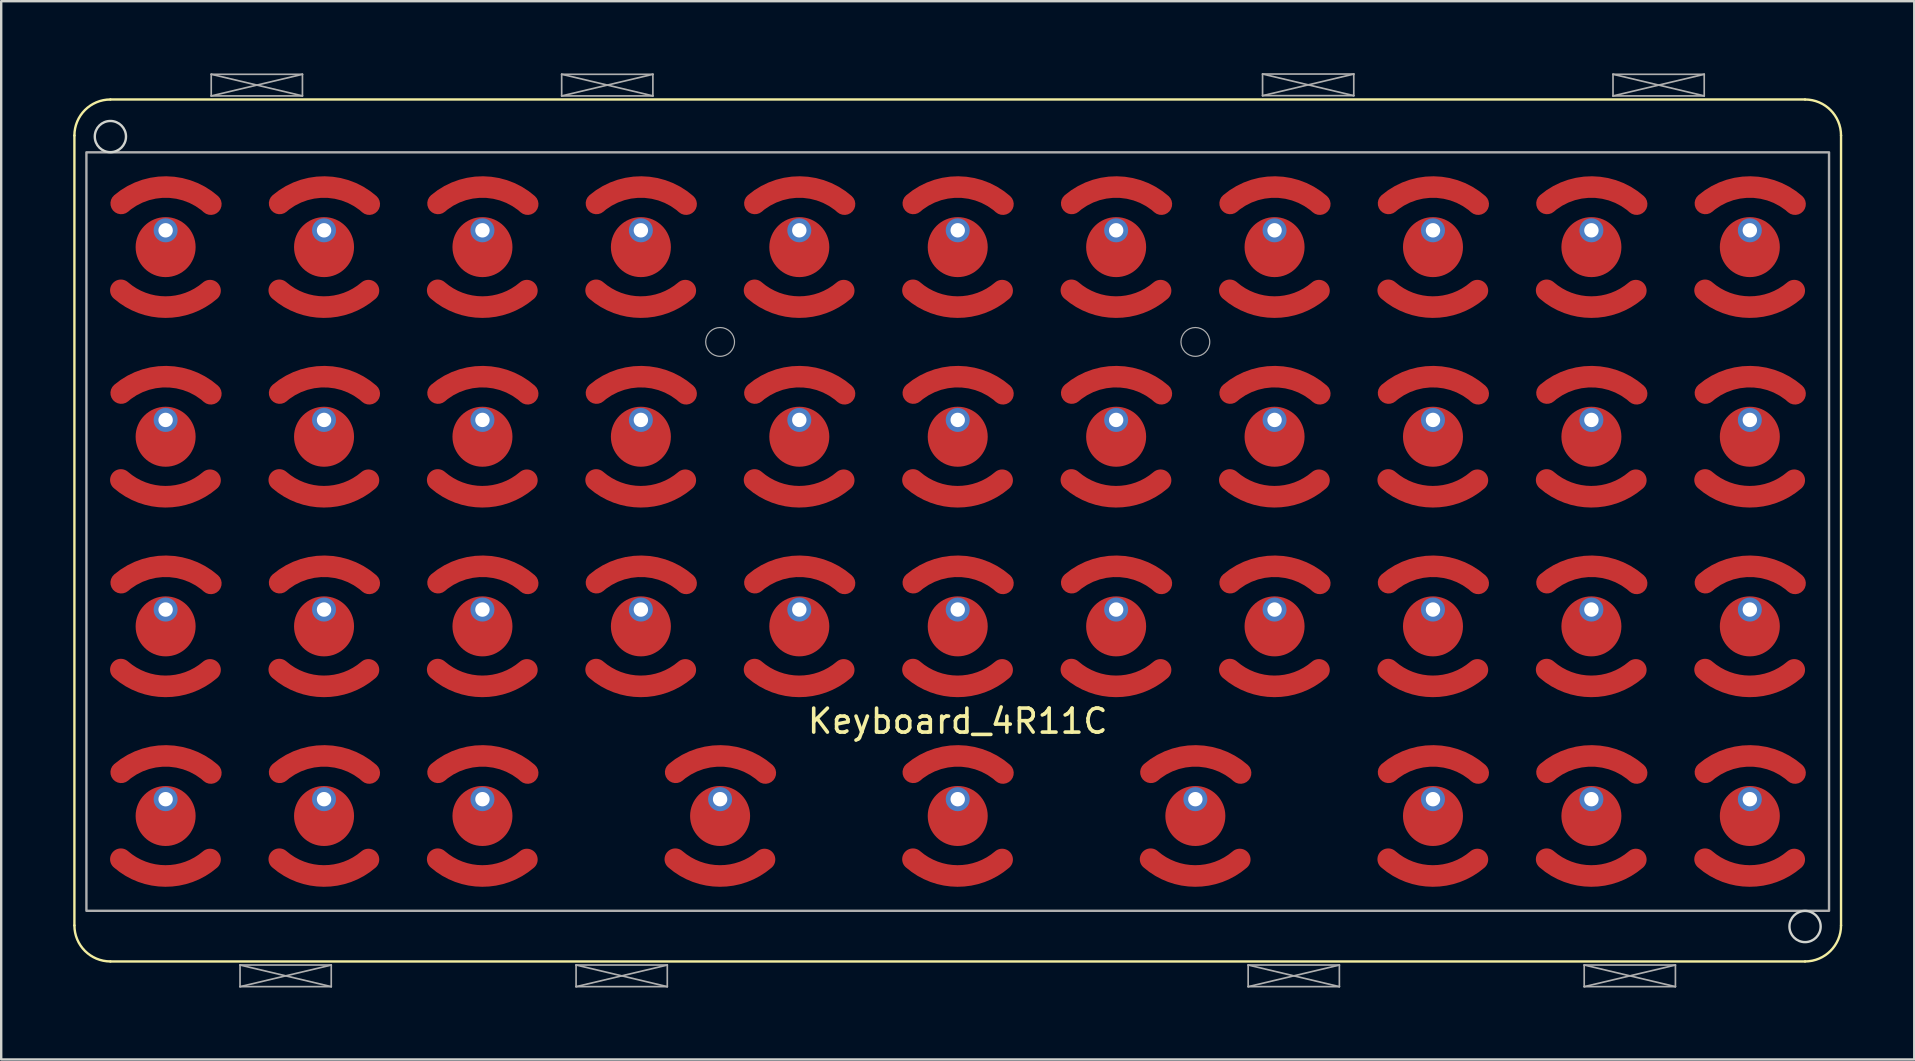
<source format=kicad_pcb>
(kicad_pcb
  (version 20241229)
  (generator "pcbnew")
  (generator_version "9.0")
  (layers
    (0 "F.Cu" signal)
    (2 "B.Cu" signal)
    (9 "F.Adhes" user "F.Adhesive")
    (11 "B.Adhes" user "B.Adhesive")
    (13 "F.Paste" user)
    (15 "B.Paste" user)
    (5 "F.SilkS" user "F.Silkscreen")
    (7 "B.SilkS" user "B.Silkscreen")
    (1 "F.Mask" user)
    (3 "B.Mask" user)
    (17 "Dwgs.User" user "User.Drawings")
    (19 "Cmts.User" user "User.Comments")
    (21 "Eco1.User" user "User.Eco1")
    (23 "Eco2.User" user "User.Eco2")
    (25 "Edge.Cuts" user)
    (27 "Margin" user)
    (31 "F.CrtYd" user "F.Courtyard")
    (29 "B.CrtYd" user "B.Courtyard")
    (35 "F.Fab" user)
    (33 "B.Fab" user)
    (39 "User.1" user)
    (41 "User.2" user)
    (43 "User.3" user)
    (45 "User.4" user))
  (footprint "Keyboard_4R11C"
    (layer "F.Cu")
    (at 36.85 19.095)
    (property "Reference" "Keyboard_4R11C" (at 0 7.9 0) (unlocked yes) (layer "F.SilkS") (effects (font (size 1 1) (thickness 0.15))))
    (attr smd)
    (fp_arc (start -31.150005 -10.036258) (mid -33.009623 -9.349989) (end -34.864543 -10.048858) (stroke (width 0.9) (type solid)) (layer "F.Cu"))
    (fp_arc (start -31.150005 -2.136258) (mid -33.009623 -1.449989) (end -34.864543 -2.148858) (stroke (width 0.9) (type solid)) (layer "F.Cu"))
    (fp_arc (start -31.150005 5.763742) (mid -33.009623 6.450011) (end -34.864543 5.751142) (stroke (width 0.9) (type solid)) (layer "F.Cu"))
    (fp_arc (start -31.150005 13.663742) (mid -33.009623 14.350011) (end -34.864543 13.651142) (stroke (width 0.9) (type solid)) (layer "F.Cu"))
    (fp_arc (start -24.550005 -10.036258) (mid -26.409623 -9.349989) (end -28.264543 -10.048858) (stroke (width 0.9) (type solid)) (layer "F.Cu"))
    (fp_arc (start -24.550005 -2.136258) (mid -26.409623 -1.449989) (end -28.264543 -2.148858) (stroke (width 0.9) (type solid)) (layer "F.Cu"))
    (fp_arc (start -24.550005 5.763742) (mid -26.409623 6.450011) (end -28.264543 5.751142) (stroke (width 0.9) (type solid)) (layer "F.Cu"))
    (fp_arc (start -24.550005 13.663742) (mid -26.409623 14.350011) (end -28.264543 13.651142) (stroke (width 0.9) (type solid)) (layer "F.Cu"))
    (fp_arc (start -17.950005 -10.036258) (mid -19.809623 -9.349989) (end -21.664543 -10.048858) (stroke (width 0.9) (type solid)) (layer "F.Cu"))
    (fp_arc (start -17.950005 -2.136258) (mid -19.809623 -1.449989) (end -21.664543 -2.148858) (stroke (width 0.9) (type solid)) (layer "F.Cu"))
    (fp_arc (start -17.950005 5.763742) (mid -19.809623 6.450011) (end -21.664543 5.751142) (stroke (width 0.9) (type solid)) (layer "F.Cu"))
    (fp_arc (start -17.950005 13.663742) (mid -19.809623 14.350011) (end -21.664543 13.651142) (stroke (width 0.9) (type solid)) (layer "F.Cu"))
    (fp_arc (start -11.350005 -10.036258) (mid -13.209623 -9.349989) (end -15.064543 -10.048858) (stroke (width 0.9) (type solid)) (layer "F.Cu"))
    (fp_arc (start -11.350005 -2.136258) (mid -13.209623 -1.449989) (end -15.064543 -2.148858) (stroke (width 0.9) (type solid)) (layer "F.Cu"))
    (fp_arc (start -11.350005 5.763742) (mid -13.209623 6.450011) (end -15.064543 5.751142) (stroke (width 0.9) (type solid)) (layer "F.Cu"))
    (fp_arc (start -8.050005 13.663742) (mid -9.909623 14.350011) (end -11.764543 13.651142) (stroke (width 0.9) (type solid)) (layer "F.Cu"))
    (fp_arc (start -4.750005 -10.036258) (mid -6.609623 -9.349989) (end -8.464543 -10.048858) (stroke (width 0.9) (type solid)) (layer "F.Cu"))
    (fp_arc (start -4.750005 -2.136258) (mid -6.609623 -1.449989) (end -8.464543 -2.148858) (stroke (width 0.9) (type solid)) (layer "F.Cu"))
    (fp_arc (start -4.750005 5.763742) (mid -6.609623 6.450011) (end -8.464543 5.751142) (stroke (width 0.9) (type solid)) (layer "F.Cu"))
    (fp_arc (start 1.849995 -10.036258) (mid -0.009623 -9.349989) (end -1.864543 -10.048858) (stroke (width 0.9) (type solid)) (layer "F.Cu"))
    (fp_arc (start 1.849995 -2.136258) (mid -0.009623 -1.449989) (end -1.864543 -2.148858) (stroke (width 0.9) (type solid)) (layer "F.Cu"))
    (fp_arc (start 1.849995 5.763742) (mid -0.009623 6.450011) (end -1.864543 5.751142) (stroke (width 0.9) (type solid)) (layer "F.Cu"))
    (fp_arc (start 1.849995 13.663742) (mid -0.009623 14.350011) (end -1.864543 13.651142) (stroke (width 0.9) (type solid)) (layer "F.Cu"))
    (fp_arc (start 8.449995 -10.036258) (mid 6.590377 -9.349989) (end 4.735457 -10.048858) (stroke (width 0.9) (type solid)) (layer "F.Cu"))
    (fp_arc (start 8.449995 -2.136258) (mid 6.590377 -1.449989) (end 4.735457 -2.148858) (stroke (width 0.9) (type solid)) (layer "F.Cu"))
    (fp_arc (start 8.449995 5.763742) (mid 6.590377 6.450011) (end 4.735457 5.751142) (stroke (width 0.9) (type solid)) (layer "F.Cu"))
    (fp_arc (start 11.749995 13.663742) (mid 9.890377 14.350011) (end 8.035457 13.651142) (stroke (width 0.9) (type solid)) (layer "F.Cu"))
    (fp_arc (start 15.049995 -10.036258) (mid 13.190377 -9.349989) (end 11.335457 -10.048858) (stroke (width 0.9) (type solid)) (layer "F.Cu"))
    (fp_arc (start 15.049995 -2.136258) (mid 13.190377 -1.449989) (end 11.335457 -2.148858) (stroke (width 0.9) (type solid)) (layer "F.Cu"))
    (fp_arc (start 15.049995 5.763742) (mid 13.190377 6.450011) (end 11.335457 5.751142) (stroke (width 0.9) (type solid)) (layer "F.Cu"))
    (fp_arc (start 21.649995 -10.036258) (mid 19.790377 -9.349989) (end 17.935457 -10.048858) (stroke (width 0.9) (type solid)) (layer "F.Cu"))
    (fp_arc (start 21.649995 -2.136258) (mid 19.790377 -1.449989) (end 17.935457 -2.148858) (stroke (width 0.9) (type solid)) (layer "F.Cu"))
    (fp_arc (start 21.649995 5.763742) (mid 19.790377 6.450011) (end 17.935457 5.751142) (stroke (width 0.9) (type solid)) (layer "F.Cu"))
    (fp_arc (start 21.649995 13.663742) (mid 19.790377 14.350011) (end 17.935457 13.651142) (stroke (width 0.9) (type solid)) (layer "F.Cu"))
    (fp_arc (start 28.249995 -10.036258) (mid 26.390377 -9.349989) (end 24.535457 -10.048858) (stroke (width 0.9) (type solid)) (layer "F.Cu"))
    (fp_arc (start 28.249995 -2.136258) (mid 26.390377 -1.449989) (end 24.535457 -2.148858) (stroke (width 0.9) (type solid)) (layer "F.Cu"))
    (fp_arc (start 28.249995 5.763742) (mid 26.390377 6.450011) (end 24.535457 5.751142) (stroke (width 0.9) (type solid)) (layer "F.Cu"))
    (fp_arc (start 28.249995 13.663742) (mid 26.390377 14.350011) (end 24.535457 13.651142) (stroke (width 0.9) (type solid)) (layer "F.Cu"))
    (fp_arc (start 34.849995 -10.036258) (mid 32.990377 -9.349989) (end 31.135457 -10.048858) (stroke (width 0.9) (type solid)) (layer "F.Cu"))
    (fp_arc (start 34.849995 -2.136258) (mid 32.990377 -1.449989) (end 31.135457 -2.148858) (stroke (width 0.9) (type solid)) (layer "F.Cu"))
    (fp_arc (start 34.849995 5.763742) (mid 32.990377 6.450011) (end 31.135457 5.751142) (stroke (width 0.9) (type solid)) (layer "F.Cu"))
    (fp_arc (start 34.849995 13.663742) (mid 32.990377 14.350011) (end 31.135457 13.651142) (stroke (width 0.9) (type solid)) (layer "F.Cu"))
    (fp_arc (start -31.150005 -10.036258) (mid -33.009623 -9.349989) (end -34.864543 -10.048858) (stroke (width 0.9) (type solid)) (layer "F.Mask"))
    (fp_arc (start -31.150005 -2.136258) (mid -33.009623 -1.449989) (end -34.864543 -2.148858) (stroke (width 0.9) (type solid)) (layer "F.Mask"))
    (fp_arc (start -31.150005 5.763742) (mid -33.009623 6.450011) (end -34.864543 5.751142) (stroke (width 0.9) (type solid)) (layer "F.Mask"))
    (fp_arc (start -31.150005 13.663742) (mid -33.009623 14.350011) (end -34.864543 13.651142) (stroke (width 0.9) (type solid)) (layer "F.Mask"))
    (fp_arc (start -24.550005 -10.036258) (mid -26.409623 -9.349989) (end -28.264543 -10.048858) (stroke (width 0.9) (type solid)) (layer "F.Mask"))
    (fp_arc (start -24.550005 -2.136258) (mid -26.409623 -1.449989) (end -28.264543 -2.148858) (stroke (width 0.9) (type solid)) (layer "F.Mask"))
    (fp_arc (start -24.550005 5.763742) (mid -26.409623 6.450011) (end -28.264543 5.751142) (stroke (width 0.9) (type solid)) (layer "F.Mask"))
    (fp_arc (start -24.550005 13.663742) (mid -26.409623 14.350011) (end -28.264543 13.651142) (stroke (width 0.9) (type solid)) (layer "F.Mask"))
    (fp_arc (start -17.950005 -10.036258) (mid -19.809623 -9.349989) (end -21.664543 -10.048858) (stroke (width 0.9) (type solid)) (layer "F.Mask"))
    (fp_arc (start -17.950005 -2.136258) (mid -19.809623 -1.449989) (end -21.664543 -2.148858) (stroke (width 0.9) (type solid)) (layer "F.Mask"))
    (fp_arc (start -17.950005 5.763742) (mid -19.809623 6.450011) (end -21.664543 5.751142) (stroke (width 0.9) (type solid)) (layer "F.Mask"))
    (fp_arc (start -17.950005 13.663742) (mid -19.809623 14.350011) (end -21.664543 13.651142) (stroke (width 0.9) (type solid)) (layer "F.Mask"))
    (fp_arc (start -11.350005 -10.036258) (mid -13.209623 -9.349989) (end -15.064543 -10.048858) (stroke (width 0.9) (type solid)) (layer "F.Mask"))
    (fp_arc (start -11.350005 -2.136258) (mid -13.209623 -1.449989) (end -15.064543 -2.148858) (stroke (width 0.9) (type solid)) (layer "F.Mask"))
    (fp_arc (start -11.350005 5.763742) (mid -13.209623 6.450011) (end -15.064543 5.751142) (stroke (width 0.9) (type solid)) (layer "F.Mask"))
    (fp_arc (start -8.050005 13.663742) (mid -9.909623 14.350011) (end -11.764542 13.651142) (stroke (width 0.9) (type solid)) (layer "F.Mask"))
    (fp_arc (start -4.750005 -10.036258) (mid -6.609623 -9.349989) (end -8.464543 -10.048858) (stroke (width 0.9) (type solid)) (layer "F.Mask"))
    (fp_arc (start -4.750005 -2.136258) (mid -6.609623 -1.449989) (end -8.464543 -2.148858) (stroke (width 0.9) (type solid)) (layer "F.Mask"))
    (fp_arc (start -4.750005 5.763742) (mid -6.609623 6.450011) (end -8.464543 5.751142) (stroke (width 0.9) (type solid)) (layer "F.Mask"))
    (fp_arc (start 1.849995 -10.036258) (mid -0.009623 -9.349989) (end -1.864543 -10.048858) (stroke (width 0.9) (type solid)) (layer "F.Mask"))
    (fp_arc (start 1.849995 -2.136258) (mid -0.009623 -1.449989) (end -1.864543 -2.148858) (stroke (width 0.9) (type solid)) (layer "F.Mask"))
    (fp_arc (start 1.849995 5.763742) (mid -0.009623 6.450011) (end -1.864543 5.751142) (stroke (width 0.9) (type solid)) (layer "F.Mask"))
    (fp_arc (start 1.849995 13.663742) (mid -0.009623 14.350011) (end -1.864542 13.651142) (stroke (width 0.9) (type solid)) (layer "F.Mask"))
    (fp_arc (start 8.449995 -10.036258) (mid 6.590377 -9.349989) (end 4.735457 -10.048858) (stroke (width 0.9) (type solid)) (layer "F.Mask"))
    (fp_arc (start 8.449995 -2.136258) (mid 6.590377 -1.449989) (end 4.735457 -2.148858) (stroke (width 0.9) (type solid)) (layer "F.Mask"))
    (fp_arc (start 8.449995 5.763742) (mid 6.590377 6.450011) (end 4.735457 5.751142) (stroke (width 0.9) (type solid)) (layer "F.Mask"))
    (fp_arc (start 11.749995 13.663742) (mid 9.890377 14.350011) (end 8.035457 13.651142) (stroke (width 0.9) (type solid)) (layer "F.Mask"))
    (fp_arc (start 15.049995 -10.036258) (mid 13.190377 -9.349989) (end 11.335457 -10.048858) (stroke (width 0.9) (type solid)) (layer "F.Mask"))
    (fp_arc (start 15.049995 -2.136258) (mid 13.190377 -1.449989) (end 11.335457 -2.148858) (stroke (width 0.9) (type solid)) (layer "F.Mask"))
    (fp_arc (start 15.049995 5.763742) (mid 13.190377 6.450011) (end 11.335457 5.751142) (stroke (width 0.9) (type solid)) (layer "F.Mask"))
    (fp_arc (start 21.649995 -10.036258) (mid 19.790377 -9.349989) (end 17.935457 -10.048858) (stroke (width 0.9) (type solid)) (layer "F.Mask"))
    (fp_arc (start 21.649995 -2.136258) (mid 19.790377 -1.449989) (end 17.935457 -2.148858) (stroke (width 0.9) (type solid)) (layer "F.Mask"))
    (fp_arc (start 21.649995 5.763742) (mid 19.790377 6.450011) (end 17.935457 5.751142) (stroke (width 0.9) (type solid)) (layer "F.Mask"))
    (fp_arc (start 21.649995 13.663742) (mid 19.790377 14.350011) (end 17.935457 13.651142) (stroke (width 0.9) (type solid)) (layer "F.Mask"))
    (fp_arc (start 28.249995 -10.036258) (mid 26.390377 -9.349989) (end 24.535457 -10.048858) (stroke (width 0.9) (type solid)) (layer "F.Mask"))
    (fp_arc (start 28.249995 -2.136258) (mid 26.390377 -1.449989) (end 24.535457 -2.148858) (stroke (width 0.9) (type solid)) (layer "F.Mask"))
    (fp_arc (start 28.249995 5.763742) (mid 26.390377 6.450011) (end 24.535457 5.751142) (stroke (width 0.9) (type solid)) (layer "F.Mask"))
    (fp_arc (start 28.249995 13.663742) (mid 26.390377 14.350011) (end 24.535457 13.651142) (stroke (width 0.9) (type solid)) (layer "F.Mask"))
    (fp_arc (start 34.849995 -10.036258) (mid 32.990377 -9.349989) (end 31.135457 -10.048858) (stroke (width 0.9) (type solid)) (layer "F.Mask"))
    (fp_arc (start 34.849995 -2.136258) (mid 32.990377 -1.449989) (end 31.135457 -2.148858) (stroke (width 0.9) (type solid)) (layer "F.Mask"))
    (fp_arc (start 34.849995 5.763742) (mid 32.990377 6.450011) (end 31.135457 5.751142) (stroke (width 0.9) (type solid)) (layer "F.Mask"))
    (fp_arc (start 34.849995 13.663742) (mid 32.990377 14.350011) (end 31.135457 13.651142) (stroke (width 0.9) (type solid)) (layer "F.Mask"))
    (fp_poly (pts (xy -33 -14.65) (xy -30.75 -13.65) (xy -30.75 -10.05) (xy -33 -9.05) (xy -35.25 -10.05) (xy -35.25 -13.65)) (stroke (width 0.05) (type solid)) (fill yes) (layer "F.Mask"))
    (fp_poly (pts (xy -33 -6.75) (xy -30.75 -5.75) (xy -30.75 -2.15) (xy -33 -1.15) (xy -35.25 -2.15) (xy -35.25 -5.75)) (stroke (width 0.05) (type solid)) (fill yes) (layer "F.Mask"))
    (fp_poly (pts (xy -33 1.15) (xy -30.75 2.15) (xy -30.75 5.75) (xy -33 6.75) (xy -35.25 5.75) (xy -35.25 2.15)) (stroke (width 0.05) (type solid)) (fill yes) (layer "F.Mask"))
    (fp_poly (pts (xy -33 9.05) (xy -30.75 10.05) (xy -30.75 13.65) (xy -33 14.65) (xy -35.25 13.65) (xy -35.25 10.05)) (stroke (width 0.05) (type solid)) (fill yes) (layer "F.Mask"))
    (fp_poly (pts (xy -26.4 -14.65) (xy -24.15 -13.65) (xy -24.15 -10.05) (xy -26.4 -9.05) (xy -28.65 -10.05) (xy -28.65 -13.65)) (stroke (width 0.05) (type solid)) (fill yes) (layer "F.Mask"))
    (fp_poly (pts (xy -26.4 -6.75) (xy -24.15 -5.75) (xy -24.15 -2.15) (xy -26.4 -1.15) (xy -28.65 -2.15) (xy -28.65 -5.75)) (stroke (width 0.05) (type solid)) (fill yes) (layer "F.Mask"))
    (fp_poly (pts (xy -26.4 1.15) (xy -24.15 2.15) (xy -24.15 5.75) (xy -26.4 6.75) (xy -28.65 5.75) (xy -28.65 2.15)) (stroke (width 0.05) (type solid)) (fill yes) (layer "F.Mask"))
    (fp_poly (pts (xy -26.4 9.05) (xy -24.15 10.05) (xy -24.15 13.65) (xy -26.4 14.65) (xy -28.65 13.65) (xy -28.65 10.05)) (stroke (width 0.05) (type solid)) (fill yes) (layer "F.Mask"))
    (fp_poly (pts (xy -19.8 -14.65) (xy -17.55 -13.65) (xy -17.55 -10.05) (xy -19.8 -9.05) (xy -22.05 -10.05) (xy -22.05 -13.65)) (stroke (width 0.05) (type solid)) (fill yes) (layer "F.Mask"))
    (fp_poly (pts (xy -19.8 -6.75) (xy -17.55 -5.75) (xy -17.55 -2.15) (xy -19.8 -1.15) (xy -22.05 -2.15) (xy -22.05 -5.75)) (stroke (width 0.05) (type solid)) (fill yes) (layer "F.Mask"))
    (fp_poly (pts (xy -19.8 1.15) (xy -17.55 2.15) (xy -17.55 5.75) (xy -19.8 6.75) (xy -22.05 5.75) (xy -22.05 2.15)) (stroke (width 0.05) (type solid)) (fill yes) (layer "F.Mask"))
    (fp_poly (pts (xy -19.8 9.05) (xy -17.55 10.05) (xy -17.55 13.65) (xy -19.8 14.65) (xy -22.05 13.65) (xy -22.05 10.05)) (stroke (width 0.05) (type solid)) (fill yes) (layer "F.Mask"))
    (fp_poly (pts (xy -13.2 -14.65) (xy -10.95 -13.65) (xy -10.95 -10.05) (xy -13.2 -9.05) (xy -15.45 -10.05) (xy -15.45 -13.65)) (stroke (width 0.05) (type solid)) (fill yes) (layer "F.Mask"))
    (fp_poly (pts (xy -13.2 -6.75) (xy -10.95 -5.75) (xy -10.95 -2.15) (xy -13.2 -1.15) (xy -15.45 -2.15) (xy -15.45 -5.75)) (stroke (width 0.05) (type solid)) (fill yes) (layer "F.Mask"))
    (fp_poly (pts (xy -13.2 1.15) (xy -10.95 2.15) (xy -10.95 5.75) (xy -13.2 6.75) (xy -15.45 5.75) (xy -15.45 2.15)) (stroke (width 0.05) (type solid)) (fill yes) (layer "F.Mask"))
    (fp_poly (pts (xy -9.9 9.05) (xy -7.65 10.05) (xy -7.65 13.65) (xy -9.9 14.65) (xy -12.15 13.65) (xy -12.15 10.05)) (stroke (width 0.05) (type solid)) (fill yes) (layer "F.Mask"))
    (fp_poly (pts (xy -6.6 -14.65) (xy -4.35 -13.65) (xy -4.35 -10.05) (xy -6.6 -9.05) (xy -8.85 -10.05) (xy -8.85 -13.65)) (stroke (width 0.05) (type solid)) (fill yes) (layer "F.Mask"))
    (fp_poly (pts (xy -6.6 -6.75) (xy -4.35 -5.75) (xy -4.35 -2.15) (xy -6.6 -1.15) (xy -8.85 -2.15) (xy -8.85 -5.75)) (stroke (width 0.05) (type solid)) (fill yes) (layer "F.Mask"))
    (fp_poly (pts (xy -6.6 1.15) (xy -4.35 2.15) (xy -4.35 5.75) (xy -6.6 6.75) (xy -8.85 5.75) (xy -8.85 2.15)) (stroke (width 0.05) (type solid)) (fill yes) (layer "F.Mask"))
    (fp_poly (pts (xy 0 -14.65) (xy 2.25 -13.65) (xy 2.25 -10.05) (xy 0 -9.05) (xy -2.25 -10.05) (xy -2.25 -13.65)) (stroke (width 0.05) (type solid)) (fill yes) (layer "F.Mask"))
    (fp_poly (pts (xy 0 -6.75) (xy 2.25 -5.75) (xy 2.25 -2.15) (xy 0 -1.15) (xy -2.25 -2.15) (xy -2.25 -5.75)) (stroke (width 0.05) (type solid)) (fill yes) (layer "F.Mask"))
    (fp_poly (pts (xy 0 1.15) (xy 2.25 2.15) (xy 2.25 5.75) (xy 0 6.75) (xy -2.25 5.75) (xy -2.25 2.15)) (stroke (width 0.05) (type solid)) (fill yes) (layer "F.Mask"))
    (fp_poly (pts (xy 0 9.05) (xy 2.25 10.05) (xy 2.25 13.65) (xy 0 14.65) (xy -2.25 13.65) (xy -2.25 10.05)) (stroke (width 0.05) (type solid)) (fill yes) (layer "F.Mask"))
    (fp_poly (pts (xy 6.6 -14.65) (xy 8.85 -13.65) (xy 8.85 -10.05) (xy 6.6 -9.05) (xy 4.35 -10.05) (xy 4.35 -13.65)) (stroke (width 0.05) (type solid)) (fill yes) (layer "F.Mask"))
    (fp_poly (pts (xy 6.6 -6.75) (xy 8.85 -5.75) (xy 8.85 -2.15) (xy 6.6 -1.15) (xy 4.35 -2.15) (xy 4.35 -5.75)) (stroke (width 0.05) (type solid)) (fill yes) (layer "F.Mask"))
    (fp_poly (pts (xy 6.6 1.15) (xy 8.85 2.15) (xy 8.85 5.75) (xy 6.6 6.75) (xy 4.35 5.75) (xy 4.35 2.15)) (stroke (width 0.05) (type solid)) (fill yes) (layer "F.Mask"))
    (fp_poly (pts (xy 9.9 9.05) (xy 12.15 10.05) (xy 12.15 13.65) (xy 9.9 14.65) (xy 7.65 13.65) (xy 7.65 10.05)) (stroke (width 0.05) (type solid)) (fill yes) (layer "F.Mask"))
    (fp_poly (pts (xy 13.2 -14.65) (xy 15.45 -13.65) (xy 15.45 -10.05) (xy 13.2 -9.05) (xy 10.95 -10.05) (xy 10.95 -13.65)) (stroke (width 0.05) (type solid)) (fill yes) (layer "F.Mask"))
    (fp_poly (pts (xy 13.2 -6.75) (xy 15.45 -5.75) (xy 15.45 -2.15) (xy 13.2 -1.15) (xy 10.95 -2.15) (xy 10.95 -5.75)) (stroke (width 0.05) (type solid)) (fill yes) (layer "F.Mask"))
    (fp_poly (pts (xy 13.2 1.15) (xy 15.45 2.15) (xy 15.45 5.75) (xy 13.2 6.75) (xy 10.95 5.75) (xy 10.95 2.15)) (stroke (width 0.05) (type solid)) (fill yes) (layer "F.Mask"))
    (fp_poly (pts (xy 19.8 -14.65) (xy 22.05 -13.65) (xy 22.05 -10.05) (xy 19.8 -9.05) (xy 17.55 -10.05) (xy 17.55 -13.65)) (stroke (width 0.05) (type solid)) (fill yes) (layer "F.Mask"))
    (fp_poly (pts (xy 19.8 -6.75) (xy 22.05 -5.75) (xy 22.05 -2.15) (xy 19.8 -1.15) (xy 17.55 -2.15) (xy 17.55 -5.75)) (stroke (width 0.05) (type solid)) (fill yes) (layer "F.Mask"))
    (fp_poly (pts (xy 19.8 1.15) (xy 22.05 2.15) (xy 22.05 5.75) (xy 19.8 6.75) (xy 17.55 5.75) (xy 17.55 2.15)) (stroke (width 0.05) (type solid)) (fill yes) (layer "F.Mask"))
    (fp_poly (pts (xy 19.8 9.05) (xy 22.05 10.05) (xy 22.05 13.65) (xy 19.8 14.65) (xy 17.55 13.65) (xy 17.55 10.05)) (stroke (width 0.05) (type solid)) (fill yes) (layer "F.Mask"))
    (fp_poly (pts (xy 26.4 -14.65) (xy 28.65 -13.65) (xy 28.65 -10.05) (xy 26.4 -9.05) (xy 24.15 -10.05) (xy 24.15 -13.65)) (stroke (width 0.05) (type solid)) (fill yes) (layer "F.Mask"))
    (fp_poly (pts (xy 26.4 -6.75) (xy 28.65 -5.75) (xy 28.65 -2.15) (xy 26.4 -1.15) (xy 24.15 -2.15) (xy 24.15 -5.75)) (stroke (width 0.05) (type solid)) (fill yes) (layer "F.Mask"))
    (fp_poly (pts (xy 26.4 1.15) (xy 28.65 2.15) (xy 28.65 5.75) (xy 26.4 6.75) (xy 24.15 5.75) (xy 24.15 2.15)) (stroke (width 0.05) (type solid)) (fill yes) (layer "F.Mask"))
    (fp_poly (pts (xy 26.4 9.05) (xy 28.65 10.05) (xy 28.65 13.65) (xy 26.4 14.65) (xy 24.15 13.65) (xy 24.15 10.05)) (stroke (width 0.05) (type solid)) (fill yes) (layer "F.Mask"))
    (fp_poly (pts (xy 33 -14.65) (xy 35.25 -13.65) (xy 35.25 -10.05) (xy 33 -9.05) (xy 30.75 -10.05) (xy 30.75 -13.65)) (stroke (width 0.05) (type solid)) (fill yes) (layer "F.Mask"))
    (fp_poly (pts (xy 33 -6.75) (xy 35.25 -5.75) (xy 35.25 -2.15) (xy 33 -1.15) (xy 30.75 -2.15) (xy 30.75 -5.75)) (stroke (width 0.05) (type solid)) (fill yes) (layer "F.Mask"))
    (fp_poly (pts (xy 33 1.15) (xy 35.25 2.15) (xy 35.25 5.75) (xy 33 6.75) (xy 30.75 5.75) (xy 30.75 2.15)) (stroke (width 0.05) (type solid)) (fill yes) (layer "F.Mask"))
    (fp_poly (pts (xy 33 9.05) (xy 35.25 10.05) (xy 35.25 13.65) (xy 33 14.65) (xy 30.75 13.65) (xy 30.75 10.05)) (stroke (width 0.05) (type solid)) (fill yes) (layer "F.Mask"))
    (fp_line (start -36.8 -16.5) (end -36.8 16.41) (stroke (width 0.1) (type solid)) (layer "F.SilkS"))
    (fp_line (start -35.3 17.91) (end 35.3 17.91) (stroke (width 0.1) (type solid)) (layer "F.SilkS"))
    (fp_line (start 35.3 -18) (end -35.3 -18) (stroke (width 0.1) (type solid)) (layer "F.SilkS"))
    (fp_line (start 36.8 16.41) (end 36.8 -16.5) (stroke (width 0.1) (type solid)) (layer "F.SilkS"))
    (fp_arc (start -36.8 -16.5) (mid -36.36066 -17.56066) (end -35.3 -18) (stroke (width 0.1) (type default)) (layer "F.SilkS"))
    (fp_arc (start -35.3 17.91) (mid -36.36066 17.47066) (end -36.8 16.41) (stroke (width 0.1) (type default)) (layer "F.SilkS"))
    (fp_arc (start 35.3 -18) (mid 36.36066 -17.56066) (end 36.8 -16.5) (stroke (width 0.1) (type default)) (layer "F.SilkS"))
    (fp_arc (start 36.8 16.41) (mid 36.36066 17.47066) (end 35.3 17.91) (stroke (width 0.1) (type default)) (layer "F.SilkS"))
    (fp_circle (center -35.301 -16.455) (end -34.651 -16.455) (stroke (width 0.1) (type solid)) (fill no) (layer "Edge.Cuts"))
    (fp_circle (center 35.301 16.455) (end 35.951 16.455) (stroke (width 0.1) (type solid)) (fill no) (layer "Edge.Cuts"))
    (fp_line (start -31.1 -19.05) (end -27.3 -19.05) (stroke (width 0.07) (type solid)) (layer "F.Fab"))
    (fp_line (start -31.1 -19.05) (end -27.3 -18.15) (stroke (width 0.07) (type default)) (layer "F.Fab"))
    (fp_line (start -31.1 -18.15) (end -31.1 -19.05) (stroke (width 0.07) (type solid)) (layer "F.Fab"))
    (fp_line (start -29.9 18.06) (end -26.1 18.06) (stroke (width 0.07) (type solid)) (layer "F.Fab"))
    (fp_line (start -29.9 18.06) (end -26.1 18.96) (stroke (width 0.07) (type default)) (layer "F.Fab"))
    (fp_line (start -29.9 18.96) (end -29.9 18.06) (stroke (width 0.07) (type solid)) (layer "F.Fab"))
    (fp_line (start -27.3 -19.05) (end -31.1 -18.15) (stroke (width 0.07) (type default)) (layer "F.Fab"))
    (fp_line (start -27.3 -19.05) (end -27.3 -18.15) (stroke (width 0.07) (type solid)) (layer "F.Fab"))
    (fp_line (start -27.3 -18.15) (end -31.1 -18.15) (stroke (width 0.07) (type solid)) (layer "F.Fab"))
    (fp_line (start -26.1 18.06) (end -29.9 18.96) (stroke (width 0.07) (type default)) (layer "F.Fab"))
    (fp_line (start -26.1 18.06) (end -26.1 18.96) (stroke (width 0.07) (type solid)) (layer "F.Fab"))
    (fp_line (start -26.1 18.96) (end -29.9 18.96) (stroke (width 0.07) (type solid)) (layer "F.Fab"))
    (fp_line (start -16.5 -19.05) (end -12.7 -19.05) (stroke (width 0.07) (type solid)) (layer "F.Fab"))
    (fp_line (start -16.5 -19.05) (end -12.7 -18.15) (stroke (width 0.07) (type default)) (layer "F.Fab"))
    (fp_line (start -16.5 -18.15) (end -16.5 -19.05) (stroke (width 0.07) (type solid)) (layer "F.Fab"))
    (fp_line (start -15.9 18.06) (end -12.1 18.06) (stroke (width 0.07) (type solid)) (layer "F.Fab"))
    (fp_line (start -15.9 18.06) (end -12.1 18.96) (stroke (width 0.07) (type default)) (layer "F.Fab"))
    (fp_line (start -15.9 18.96) (end -15.9 18.06) (stroke (width 0.07) (type solid)) (layer "F.Fab"))
    (fp_line (start -12.7 -19.05) (end -16.5 -18.15) (stroke (width 0.07) (type default)) (layer "F.Fab"))
    (fp_line (start -12.7 -19.05) (end -12.7 -18.15) (stroke (width 0.07) (type solid)) (layer "F.Fab"))
    (fp_line (start -12.7 -18.15) (end -16.5 -18.15) (stroke (width 0.07) (type solid)) (layer "F.Fab"))
    (fp_line (start -12.1 18.06) (end -15.9 18.96) (stroke (width 0.07) (type default)) (layer "F.Fab"))
    (fp_line (start -12.1 18.06) (end -12.1 18.96) (stroke (width 0.07) (type solid)) (layer "F.Fab"))
    (fp_line (start -12.1 18.96) (end -15.9 18.96) (stroke (width 0.07) (type solid)) (layer "F.Fab"))
    (fp_line (start 12.1 18.06) (end 15.9 18.06) (stroke (width 0.07) (type solid)) (layer "F.Fab"))
    (fp_line (start 12.1 18.06) (end 15.9 18.96) (stroke (width 0.07) (type default)) (layer "F.Fab"))
    (fp_line (start 12.1 18.96) (end 12.1 18.06) (stroke (width 0.07) (type solid)) (layer "F.Fab"))
    (fp_line (start 12.7 -19.06) (end 16.5 -19.06) (stroke (width 0.07) (type solid)) (layer "F.Fab"))
    (fp_line (start 12.7 -19.06) (end 16.5 -18.16) (stroke (width 0.07) (type default)) (layer "F.Fab"))
    (fp_line (start 12.7 -18.16) (end 12.7 -19.06) (stroke (width 0.07) (type solid)) (layer "F.Fab"))
    (fp_line (start 15.9 18.06) (end 12.1 18.96) (stroke (width 0.07) (type default)) (layer "F.Fab"))
    (fp_line (start 15.9 18.06) (end 15.9 18.96) (stroke (width 0.07) (type solid)) (layer "F.Fab"))
    (fp_line (start 15.9 18.96) (end 12.1 18.96) (stroke (width 0.07) (type solid)) (layer "F.Fab"))
    (fp_line (start 16.5 -19.06) (end 12.7 -18.16) (stroke (width 0.07) (type default)) (layer "F.Fab"))
    (fp_line (start 16.5 -19.06) (end 16.5 -18.16) (stroke (width 0.07) (type solid)) (layer "F.Fab"))
    (fp_line (start 16.5 -18.16) (end 12.7 -18.16) (stroke (width 0.07) (type solid)) (layer "F.Fab"))
    (fp_line (start 26.1 18.06) (end 29.9 18.06) (stroke (width 0.07) (type solid)) (layer "F.Fab"))
    (fp_line (start 26.1 18.06) (end 29.9 18.96) (stroke (width 0.07) (type default)) (layer "F.Fab"))
    (fp_line (start 26.1 18.96) (end 26.1 18.06) (stroke (width 0.07) (type solid)) (layer "F.Fab"))
    (fp_line (start 27.3 -19.05) (end 31.1 -19.05) (stroke (width 0.07) (type solid)) (layer "F.Fab"))
    (fp_line (start 27.3 -19.05) (end 31.1 -18.15) (stroke (width 0.07) (type default)) (layer "F.Fab"))
    (fp_line (start 27.3 -18.15) (end 27.3 -19.05) (stroke (width 0.07) (type solid)) (layer "F.Fab"))
    (fp_line (start 29.9 18.06) (end 26.1 18.96) (stroke (width 0.07) (type default)) (layer "F.Fab"))
    (fp_line (start 29.9 18.06) (end 29.9 18.96) (stroke (width 0.07) (type solid)) (layer "F.Fab"))
    (fp_line (start 29.9 18.96) (end 26.1 18.96) (stroke (width 0.07) (type solid)) (layer "F.Fab"))
    (fp_line (start 31.1 -19.05) (end 27.3 -18.15) (stroke (width 0.07) (type default)) (layer "F.Fab"))
    (fp_line (start 31.1 -19.05) (end 31.1 -18.15) (stroke (width 0.07) (type solid)) (layer "F.Fab"))
    (fp_line (start 31.1 -18.15) (end 27.3 -18.15) (stroke (width 0.07) (type solid)) (layer "F.Fab"))
    (fp_rect (start -36.3 -15.8) (end 36.3 15.8) (stroke (width 0.1) (type solid)) (fill no) (layer "F.Fab"))
    (fp_circle (center -9.9 -7.9) (end -9.3 -7.9) (stroke (width 0.05) (type default)) (fill no) (layer "F.Fab"))
    (fp_circle (center 9.9 -7.9) (end 10.5 -7.9) (stroke (width 0.05) (type default)) (fill no) (layer "F.Fab"))
    (pad "C0" thru_hole circle (at -33 -12.55 90) (size 1 1) (drill 0.6) (layers "*.Cu"))
    (pad "C0" smd circle (at -33 -11.85 90) (size 2.5 2.5) (layers "F.Cu" "F.Mask"))
    (pad "C0" thru_hole circle (at -33 -4.65 90) (size 1 1) (drill 0.6) (layers "*.Cu"))
    (pad "C0" smd circle (at -33 -3.95 90) (size 2.5 2.5) (layers "F.Cu" "F.Mask"))
    (pad "C0" thru_hole circle (at -33 3.25 90) (size 1 1) (drill 0.6) (layers "*.Cu"))
    (pad "C0" smd circle (at -33 3.95 90) (size 2.5 2.5) (layers "F.Cu" "F.Mask"))
    (pad "C0" thru_hole circle (at -33 11.15 90) (size 1 1) (drill 0.6) (layers "*.Cu"))
    (pad "C0" smd circle (at -33 11.85 90) (size 2.5 2.5) (layers "F.Cu" "F.Mask"))
    (pad "C1" thru_hole circle (at -26.4 -12.55 90) (size 1 1) (drill 0.6) (layers "*.Cu"))
    (pad "C1" smd circle (at -26.4 -11.85 90) (size 2.5 2.5) (layers "F.Cu" "F.Mask"))
    (pad "C1" thru_hole circle (at -26.4 -4.65 90) (size 1 1) (drill 0.6) (layers "*.Cu"))
    (pad "C1" smd circle (at -26.4 -3.95 90) (size 2.5 2.5) (layers "F.Cu" "F.Mask"))
    (pad "C1" thru_hole circle (at -26.4 3.25 90) (size 1 1) (drill 0.6) (layers "*.Cu"))
    (pad "C1" smd circle (at -26.4 3.95 90) (size 2.5 2.5) (layers "F.Cu" "F.Mask"))
    (pad "C1" thru_hole circle (at -26.4 11.15 90) (size 1 1) (drill 0.6) (layers "*.Cu"))
    (pad "C1" smd circle (at -26.4 11.85 90) (size 2.5 2.5) (layers "F.Cu" "F.Mask"))
    (pad "C2" thru_hole circle (at -19.8 -12.55 90) (size 1 1) (drill 0.6) (layers "*.Cu"))
    (pad "C2" smd circle (at -19.8 -11.85 90) (size 2.5 2.5) (layers "F.Cu" "F.Mask"))
    (pad "C2" thru_hole circle (at -19.8 -4.65 90) (size 1 1) (drill 0.6) (layers "*.Cu"))
    (pad "C2" smd circle (at -19.8 -3.95 90) (size 2.5 2.5) (layers "F.Cu" "F.Mask"))
    (pad "C2" thru_hole circle (at -19.8 3.25 90) (size 1 1) (drill 0.6) (layers "*.Cu"))
    (pad "C2" smd circle (at -19.8 3.95 90) (size 2.5 2.5) (layers "F.Cu" "F.Mask"))
    (pad "C2" thru_hole circle (at -19.8 11.15 90) (size 1 1) (drill 0.6) (layers "*.Cu"))
    (pad "C2" smd circle (at -19.8 11.85 90) (size 2.5 2.5) (layers "F.Cu" "F.Mask"))
    (pad "C3" thru_hole circle (at -13.2 -12.55 90) (size 1 1) (drill 0.6) (layers "*.Cu"))
    (pad "C3" smd circle (at -13.2 -11.85 90) (size 2.5 2.5) (layers "F.Cu" "F.Mask"))
    (pad "C3" thru_hole circle (at -13.2 -4.65 90) (size 1 1) (drill 0.6) (layers "*.Cu"))
    (pad "C3" smd circle (at -13.2 -3.95 90) (size 2.5 2.5) (layers "F.Cu" "F.Mask"))
    (pad "C3" thru_hole circle (at -13.2 3.25 90) (size 1 1) (drill 0.6) (layers "*.Cu"))
    (pad "C3" smd circle (at -13.2 3.95 90) (size 2.5 2.5) (layers "F.Cu" "F.Mask"))
    (pad "C3" thru_hole circle (at -9.9 11.15 90) (size 1 1) (drill 0.6) (layers "*.Cu"))
    (pad "C3" smd circle (at -9.9 11.85 90) (size 2.5 2.5) (layers "F.Cu" "F.Mask"))
    (pad "C4" thru_hole circle (at -6.6 -12.55 90) (size 1 1) (drill 0.6) (layers "*.Cu"))
    (pad "C4" smd circle (at -6.6 -11.85 90) (size 2.5 2.5) (layers "F.Cu" "F.Mask"))
    (pad "C4" thru_hole circle (at -6.6 -4.65 90) (size 1 1) (drill 0.6) (layers "*.Cu"))
    (pad "C4" smd circle (at -6.6 -3.95 90) (size 2.5 2.5) (layers "F.Cu" "F.Mask"))
    (pad "C4" thru_hole circle (at -6.6 3.25 90) (size 1 1) (drill 0.6) (layers "*.Cu"))
    (pad "C4" smd circle (at -6.6 3.95 90) (size 2.5 2.5) (layers "F.Cu" "F.Mask"))
    (pad "C5" thru_hole circle (at 0 -12.55 90) (size 1 1) (drill 0.6) (layers "*.Cu"))
    (pad "C5" smd circle (at 0 -11.85 90) (size 2.5 2.5) (layers "F.Cu" "F.Mask"))
    (pad "C5" thru_hole circle (at 0 -4.65 90) (size 1 1) (drill 0.6) (layers "*.Cu"))
    (pad "C5" smd circle (at 0 -3.95 90) (size 2.5 2.5) (layers "F.Cu" "F.Mask"))
    (pad "C5" thru_hole circle (at 0 3.25 90) (size 1 1) (drill 0.6) (layers "*.Cu"))
    (pad "C5" smd circle (at 0 3.95 90) (size 2.5 2.5) (layers "F.Cu" "F.Mask"))
    (pad "C5" thru_hole circle (at 0 11.15 90) (size 1 1) (drill 0.6) (layers "*.Cu"))
    (pad "C5" smd circle (at 0 11.85 90) (size 2.5 2.5) (layers "F.Cu" "F.Mask"))
    (pad "C6" thru_hole circle (at 6.6 -12.55 90) (size 1 1) (drill 0.6) (layers "*.Cu"))
    (pad "C6" smd circle (at 6.6 -11.85 90) (size 2.5 2.5) (layers "F.Cu" "F.Mask"))
    (pad "C6" thru_hole circle (at 6.6 -4.65 90) (size 1 1) (drill 0.6) (layers "*.Cu"))
    (pad "C6" smd circle (at 6.6 -3.95 90) (size 2.5 2.5) (layers "F.Cu" "F.Mask"))
    (pad "C6" thru_hole circle (at 6.6 3.25 90) (size 1 1) (drill 0.6) (layers "*.Cu"))
    (pad "C6" smd circle (at 6.6 3.95 90) (size 2.5 2.5) (layers "F.Cu" "F.Mask"))
    (pad "C6" thru_hole circle (at 9.9 11.15 90) (size 1 1) (drill 0.6) (layers "*.Cu"))
    (pad "C6" smd circle (at 9.9 11.85 90) (size 2.5 2.5) (layers "F.Cu" "F.Mask"))
    (pad "C7" thru_hole circle (at 13.2 -12.55 90) (size 1 1) (drill 0.6) (layers "*.Cu"))
    (pad "C7" smd circle (at 13.2 -11.85 90) (size 2.5 2.5) (layers "F.Cu" "F.Mask"))
    (pad "C7" thru_hole circle (at 13.2 -4.65 90) (size 1 1) (drill 0.6) (layers "*.Cu"))
    (pad "C7" smd circle (at 13.2 -3.95 90) (size 2.5 2.5) (layers "F.Cu" "F.Mask"))
    (pad "C7" thru_hole circle (at 13.2 3.25 90) (size 1 1) (drill 0.6) (layers "*.Cu"))
    (pad "C7" smd circle (at 13.2 3.95 90) (size 2.5 2.5) (layers "F.Cu" "F.Mask"))
    (pad "C8" thru_hole circle (at 19.8 -12.55 90) (size 1 1) (drill 0.6) (layers "*.Cu"))
    (pad "C8" smd circle (at 19.8 -11.85 90) (size 2.5 2.5) (layers "F.Cu" "F.Mask"))
    (pad "C8" thru_hole circle (at 19.8 -4.65 90) (size 1 1) (drill 0.6) (layers "*.Cu"))
    (pad "C8" smd circle (at 19.8 -3.95 90) (size 2.5 2.5) (layers "F.Cu" "F.Mask"))
    (pad "C8" thru_hole circle (at 19.8 3.25 90) (size 1 1) (drill 0.6) (layers "*.Cu"))
    (pad "C8" smd circle (at 19.8 3.95 90) (size 2.5 2.5) (layers "F.Cu" "F.Mask"))
    (pad "C8" thru_hole circle (at 19.8 11.15 90) (size 1 1) (drill 0.6) (layers "*.Cu"))
    (pad "C8" smd circle (at 19.8 11.85 90) (size 2.5 2.5) (layers "F.Cu" "F.Mask"))
    (pad "C9" thru_hole circle (at 26.4 -12.55 90) (size 1 1) (drill 0.6) (layers "*.Cu"))
    (pad "C9" smd circle (at 26.4 -11.85 90) (size 2.5 2.5) (layers "F.Cu" "F.Mask"))
    (pad "C9" thru_hole circle (at 26.4 -4.65 90) (size 1 1) (drill 0.6) (layers "*.Cu"))
    (pad "C9" smd circle (at 26.4 -3.95 90) (size 2.5 2.5) (layers "F.Cu" "F.Mask"))
    (pad "C9" thru_hole circle (at 26.4 3.25 90) (size 1 1) (drill 0.6) (layers "*.Cu"))
    (pad "C9" smd circle (at 26.4 3.95 90) (size 2.5 2.5) (layers "F.Cu" "F.Mask"))
    (pad "C9" thru_hole circle (at 26.4 11.15 90) (size 1 1) (drill 0.6) (layers "*.Cu"))
    (pad "C9" smd circle (at 26.4 11.85 90) (size 2.5 2.5) (layers "F.Cu" "F.Mask"))
    (pad "C10" thru_hole circle (at 33 -12.55 90) (size 1 1) (drill 0.6) (layers "*.Cu"))
    (pad "C10" smd circle (at 33 -11.85 90) (size 2.5 2.5) (layers "F.Cu" "F.Mask"))
    (pad "C10" thru_hole circle (at 33 -4.65 90) (size 1 1) (drill 0.6) (layers "*.Cu"))
    (pad "C10" smd circle (at 33 -3.95 90) (size 2.5 2.5) (layers "F.Cu" "F.Mask"))
    (pad "C10" thru_hole circle (at 33 3.25 90) (size 1 1) (drill 0.6) (layers "*.Cu"))
    (pad "C10" smd circle (at 33 3.95 90) (size 2.5 2.5) (layers "F.Cu" "F.Mask"))
    (pad "C10" thru_hole circle (at 33 11.15 90) (size 1 1) (drill 0.6) (layers "*.Cu"))
    (pad "C10" smd circle (at 33 11.85 90) (size 2.5 2.5) (layers "F.Cu" "F.Mask"))
    (pad "R0" smd custom (at -33 -14.35 90) (size 0.9 0.9) (layers "F.Cu" "F.Mask") (options (anchor circle)) (primitives (gr_arc (start -0.68 -1.85) (mid 0.001473 0.022459) (end -0.709409 1.883951) (width 0.9))))
    (pad "R0" smd custom (at -26.4 -14.35 90) (size 0.9 0.9) (layers "F.Cu" "F.Mask") (options (anchor circle)) (primitives (gr_arc (start -0.68 -1.85) (mid 0.001473 0.022459) (end -0.709409 1.883951) (width 0.9))))
    (pad "R0" smd custom (at -19.8 -14.35 90) (size 0.9 0.9) (layers "F.Cu" "F.Mask") (options (anchor circle)) (primitives (gr_arc (start -0.68 -1.85) (mid 0.001473 0.022459) (end -0.709409 1.883951) (width 0.9))))
    (pad "R0" smd custom (at -13.2 -14.35 90) (size 0.9 0.9) (layers "F.Cu" "F.Mask") (options (anchor circle)) (primitives (gr_arc (start -0.68 -1.85) (mid 0.001473 0.022459) (end -0.709409 1.883951) (width 0.9))))
    (pad "R0" smd custom (at -6.6 -14.35 90) (size 0.9 0.9) (layers "F.Cu" "F.Mask") (options (anchor circle)) (primitives (gr_arc (start -0.68 -1.85) (mid 0.001473 0.022459) (end -0.709409 1.883951) (width 0.9))))
    (pad "R0" smd custom (at 0 -14.35 90) (size 0.9 0.9) (layers "F.Cu" "F.Mask") (options (anchor circle)) (primitives (gr_arc (start -0.68 -1.85) (mid 0.001473 0.022459) (end -0.709409 1.883951) (width 0.9))))
    (pad "R0" smd custom (at 6.6 -14.35 90) (size 0.9 0.9) (layers "F.Cu" "F.Mask") (options (anchor circle)) (primitives (gr_arc (start -0.68 -1.85) (mid 0.001473 0.022459) (end -0.709409 1.883951) (width 0.9))))
    (pad "R0" smd custom (at 13.2 -14.35 90) (size 0.9 0.9) (layers "F.Cu" "F.Mask") (options (anchor circle)) (primitives (gr_arc (start -0.68 -1.85) (mid 0.001473 0.022459) (end -0.709409 1.883951) (width 0.9))))
    (pad "R0" smd custom (at 19.8 -14.35 90) (size 0.9 0.9) (layers "F.Cu" "F.Mask") (options (anchor circle)) (primitives (gr_arc (start -0.68 -1.85) (mid 0.001473 0.022459) (end -0.709409 1.883951) (width 0.9))))
    (pad "R0" smd custom (at 26.4 -14.35 90) (size 0.9 0.9) (layers "F.Cu" "F.Mask") (options (anchor circle)) (primitives (gr_arc (start -0.68 -1.85) (mid 0.001473 0.022459) (end -0.709409 1.883951) (width 0.9))))
    (pad "R0" smd custom (at 33 -14.35 90) (size 0.9 0.9) (layers "F.Cu" "F.Mask") (options (anchor circle)) (primitives (gr_arc (start -0.68 -1.85) (mid 0.001473 0.022459) (end -0.709409 1.883951) (width 0.9))))
    (pad "R1" smd custom (at -33 -6.45 90) (size 0.9 0.9) (layers "F.Cu" "F.Mask") (options (anchor circle)) (primitives (gr_arc (start -0.68 -1.85) (mid 0.001473 0.022459) (end -0.709409 1.883951) (width 0.9))))
    (pad "R1" smd custom (at -26.4 -6.45 90) (size 0.9 0.9) (layers "F.Cu" "F.Mask") (options (anchor circle)) (primitives (gr_arc (start -0.68 -1.85) (mid 0.001473 0.022459) (end -0.709409 1.883951) (width 0.9))))
    (pad "R1" smd custom (at -19.8 -6.45 90) (size 0.9 0.9) (layers "F.Cu" "F.Mask") (options (anchor circle)) (primitives (gr_arc (start -0.68 -1.85) (mid 0.001473 0.022459) (end -0.709409 1.883951) (width 0.9))))
    (pad "R1" smd custom (at -13.2 -6.45 90) (size 0.9 0.9) (layers "F.Cu" "F.Mask") (options (anchor circle)) (primitives (gr_arc (start -0.68 -1.85) (mid 0.001473 0.022459) (end -0.709409 1.883951) (width 0.9))))
    (pad "R1" smd custom (at -6.6 -6.45 90) (size 0.9 0.9) (layers "F.Cu" "F.Mask") (options (anchor circle)) (primitives (gr_arc (start -0.68 -1.85) (mid 0.001473 0.022459) (end -0.709409 1.883951) (width 0.9))))
    (pad "R1" smd custom (at 0 -6.45 90) (size 0.9 0.9) (layers "F.Cu" "F.Mask") (options (anchor circle)) (primitives (gr_arc (start -0.68 -1.85) (mid 0.001473 0.022459) (end -0.709409 1.883951) (width 0.9))))
    (pad "R1" smd custom (at 6.6 -6.45 90) (size 0.9 0.9) (layers "F.Cu" "F.Mask") (options (anchor circle)) (primitives (gr_arc (start -0.68 -1.85) (mid 0.001473 0.022459) (end -0.709409 1.883951) (width 0.9))))
    (pad "R1" smd custom (at 13.2 -6.45 90) (size 0.9 0.9) (layers "F.Cu" "F.Mask") (options (anchor circle)) (primitives (gr_arc (start -0.68 -1.85) (mid 0.001473 0.022459) (end -0.709409 1.883951) (width 0.9))))
    (pad "R1" smd custom (at 19.8 -6.45 90) (size 0.9 0.9) (layers "F.Cu" "F.Mask") (options (anchor circle)) (primitives (gr_arc (start -0.68 -1.85) (mid 0.001473 0.022459) (end -0.709409 1.883951) (width 0.9))))
    (pad "R1" smd custom (at 26.4 -6.45 90) (size 0.9 0.9) (layers "F.Cu" "F.Mask") (options (anchor circle)) (primitives (gr_arc (start -0.68 -1.85) (mid 0.001473 0.022459) (end -0.709409 1.883951) (width 0.9))))
    (pad "R1" smd custom (at 33 -6.45 90) (size 0.9 0.9) (layers "F.Cu" "F.Mask") (options (anchor circle)) (primitives (gr_arc (start -0.68 -1.85) (mid 0.001473 0.022459) (end -0.709409 1.883951) (width 0.9))))
    (pad "R2" smd custom (at -33 1.45 90) (size 0.9 0.9) (layers "F.Cu" "F.Mask") (options (anchor circle)) (primitives (gr_arc (start -0.68 -1.85) (mid 0.001473 0.022459) (end -0.709409 1.883951) (width 0.9))))
    (pad "R2" smd custom (at -26.4 1.45 90) (size 0.9 0.9) (layers "F.Cu" "F.Mask") (options (anchor circle)) (primitives (gr_arc (start -0.68 -1.85) (mid 0.001473 0.022459) (end -0.709409 1.883951) (width 0.9))))
    (pad "R2" smd custom (at -19.8 1.45 90) (size 0.9 0.9) (layers "F.Cu" "F.Mask") (options (anchor circle)) (primitives (gr_arc (start -0.68 -1.85) (mid 0.001473 0.022459) (end -0.709409 1.883951) (width 0.9))))
    (pad "R2" smd custom (at -13.2 1.45 90) (size 0.9 0.9) (layers "F.Cu" "F.Mask") (options (anchor circle)) (primitives (gr_arc (start -0.68 -1.85) (mid 0.001473 0.022459) (end -0.709409 1.883951) (width 0.9))))
    (pad "R2" smd custom (at -6.6 1.45 90) (size 0.9 0.9) (layers "F.Cu" "F.Mask") (options (anchor circle)) (primitives (gr_arc (start -0.68 -1.85) (mid 0.001473 0.022459) (end -0.709409 1.883951) (width 0.9))))
    (pad "R2" smd custom (at 0 1.45 90) (size 0.9 0.9) (layers "F.Cu" "F.Mask") (options (anchor circle)) (primitives (gr_arc (start -0.68 -1.85) (mid 0.001473 0.022459) (end -0.709409 1.883951) (width 0.9))))
    (pad "R2" smd custom (at 6.6 1.45 90) (size 0.9 0.9) (layers "F.Cu" "F.Mask") (options (anchor circle)) (primitives (gr_arc (start -0.68 -1.85) (mid 0.001473 0.022459) (end -0.709409 1.883951) (width 0.9))))
    (pad "R2" smd custom (at 13.2 1.45 90) (size 0.9 0.9) (layers "F.Cu" "F.Mask") (options (anchor circle)) (primitives (gr_arc (start -0.68 -1.85) (mid 0.001473 0.022459) (end -0.709409 1.883951) (width 0.9))))
    (pad "R2" smd custom (at 19.8 1.45 90) (size 0.9 0.9) (layers "F.Cu" "F.Mask") (options (anchor circle)) (primitives (gr_arc (start -0.68 -1.85) (mid 0.001473 0.022459) (end -0.709409 1.883951) (width 0.9))))
    (pad "R2" smd custom (at 26.4 1.45 90) (size 0.9 0.9) (layers "F.Cu" "F.Mask") (options (anchor circle)) (primitives (gr_arc (start -0.68 -1.85) (mid 0.001473 0.022459) (end -0.709409 1.883951) (width 0.9))))
    (pad "R2" smd custom (at 33 1.45 90) (size 0.9 0.9) (layers "F.Cu" "F.Mask") (options (anchor circle)) (primitives (gr_arc (start -0.68 -1.85) (mid 0.001473 0.022459) (end -0.709409 1.883951) (width 0.9))))
    (pad "R3" smd custom (at -33 9.35 90) (size 0.9 0.9) (layers "F.Cu" "F.Mask") (options (anchor circle)) (primitives (gr_arc (start -0.68 -1.85) (mid 0.001473 0.022459) (end -0.709409 1.883951) (width 0.9))))
    (pad "R3" smd custom (at -26.4 9.35 90) (size 0.9 0.9) (layers "F.Cu" "F.Mask") (options (anchor circle)) (primitives (gr_arc (start -0.68 -1.85) (mid 0.001473 0.022459) (end -0.709409 1.883951) (width 0.9))))
    (pad "R3" smd custom (at -19.8 9.35 90) (size 0.9 0.9) (layers "F.Cu" "F.Mask") (options (anchor circle)) (primitives (gr_arc (start -0.68 -1.85) (mid 0.001473 0.022459) (end -0.709409 1.883951) (width 0.9))))
    (pad "R3" smd custom (at -9.9 9.35 90) (size 0.9 0.9) (layers "F.Cu" "F.Mask") (options (anchor circle)) (primitives (gr_arc (start -0.68 -1.85) (mid 0.001473 0.022459) (end -0.709409 1.883951) (width 0.9))))
    (pad "R3" smd custom (at 0 9.35 90) (size 0.9 0.9) (layers "F.Cu" "F.Mask") (options (anchor circle)) (primitives (gr_arc (start -0.68 -1.85) (mid 0.001473 0.022459) (end -0.709409 1.883951) (width 0.9))))
    (pad "R3" smd custom (at 9.9 9.35 90) (size 0.9 0.9) (layers "F.Cu" "F.Mask") (options (anchor circle)) (primitives (gr_arc (start -0.68 -1.85) (mid 0.001473 0.022459) (end -0.709409 1.883951) (width 0.9))))
    (pad "R3" smd custom (at 19.8 9.35 90) (size 0.9 0.9) (layers "F.Cu" "F.Mask") (options (anchor circle)) (primitives (gr_arc (start -0.68 -1.85) (mid 0.001473 0.022459) (end -0.709409 1.883951) (width 0.9))))
    (pad "R3" smd custom (at 26.4 9.35 90) (size 0.9 0.9) (layers "F.Cu" "F.Mask") (options (anchor circle)) (primitives (gr_arc (start -0.68 -1.85) (mid 0.001473 0.022459) (end -0.709409 1.883951) (width 0.9))))
    (pad "R3" smd custom (at 33 9.35 90) (size 0.9 0.9) (layers "F.Cu" "F.Mask") (options (anchor circle)) (primitives (gr_arc (start -0.68 -1.85) (mid 0.001473 0.022459) (end -0.709409 1.883951) (width 0.9))))
    (zone (net_name "") (layer "F.Cu") (hatch edge 0.508) (connect_pads) (min_thickness 0.254) (filled_areas_thickness no) (keepout (tracks allowed) (vias allowed) (pads allowed) (copperpour not_allowed) (footprints allowed)) (placement (enabled no)) (fill) (polygon (pts (xy 3.85 12.545) (xy 6.2 13.345) (xy 6.2 16.995) (xy 3.85 17.795) (xy 1.5 16.945) (xy 1.5 13.345))))
    (zone (net_name "") (layer "F.Cu") (hatch edge 0.508) (connect_pads) (min_thickness 0.254) (filled_areas_thickness no) (keepout (tracks allowed) (vias allowed) (pads allowed) (copperpour not_allowed) (footprints allowed)) (placement (enabled no)) (fill) (polygon (pts (xy 3.85 20.445) (xy 6.2 21.245) (xy 6.2 24.895) (xy 3.85 25.695) (xy 1.5 24.845) (xy 1.5 21.245))))
    (zone (net_name "") (layer "F.Cu") (hatch edge 0.508) (connect_pads) (min_thickness 0.254) (filled_areas_thickness no) (keepout (tracks allowed) (vias allowed) (pads allowed) (copperpour not_allowed) (footprints allowed)) (placement (enabled no)) (fill) (polygon (pts (xy 3.85 28.345) (xy 6.2 29.145) (xy 6.2 32.795) (xy 3.85 33.595) (xy 1.5 32.745) (xy 1.5 29.145))))
    (zone (net_name "") (layer "F.Cu") (hatch edge 0.508) (connect_pads) (min_thickness 0.254) (filled_areas_thickness no) (keepout (tracks allowed) (vias allowed) (pads allowed) (copperpour not_allowed) (footprints allowed)) (placement (enabled no)) (fill) (polygon (pts (xy 3.85 4.645) (xy 6.2 5.445) (xy 6.2 9.095) (xy 3.85 9.895) (xy 1.5 9.045) (xy 1.5 5.445))))
    (zone (net_name "") (layer "F.Cu") (hatch edge 0.508) (connect_pads) (min_thickness 0.254) (filled_areas_thickness no) (keepout (tracks allowed) (vias allowed) (pads allowed) (copperpour not_allowed) (footprints allowed)) (placement (enabled no)) (fill) (polygon (pts (xy 10.45 4.645) (xy 12.8 5.445) (xy 12.8 9.095) (xy 10.45 9.895) (xy 8.1 9.045) (xy 8.1 5.445))))
    (zone (net_name "") (layer "F.Cu") (hatch edge 0.508) (connect_pads) (min_thickness 0.254) (filled_areas_thickness no) (keepout (tracks allowed) (vias allowed) (pads allowed) (copperpour not_allowed) (footprints allowed)) (placement (enabled no)) (fill) (polygon (pts (xy 10.45 12.545) (xy 12.8 13.345) (xy 12.8 16.995) (xy 10.45 17.795) (xy 8.1 16.945) (xy 8.1 13.345))))
    (zone (net_name "") (layer "F.Cu") (hatch edge 0.508) (connect_pads) (min_thickness 0.254) (filled_areas_thickness no) (keepout (tracks allowed) (vias allowed) (pads allowed) (copperpour not_allowed) (footprints allowed)) (placement (enabled no)) (fill) (polygon (pts (xy 10.45 20.445) (xy 12.8 21.245) (xy 12.8 24.895) (xy 10.45 25.695) (xy 8.1 24.845) (xy 8.1 21.245))))
    (zone (net_name "") (layer "F.Cu") (hatch edge 0.508) (connect_pads) (min_thickness 0.254) (filled_areas_thickness no) (keepout (tracks allowed) (vias allowed) (pads allowed) (copperpour not_allowed) (footprints allowed)) (placement (enabled no)) (fill) (polygon (pts (xy 10.45 28.345) (xy 12.8 29.145) (xy 12.8 32.795) (xy 10.45 33.595) (xy 8.1 32.745) (xy 8.1 29.145))))
    (zone (net_name "") (layer "F.Cu") (hatch edge 0.508) (connect_pads) (min_thickness 0.254) (filled_areas_thickness no) (keepout (tracks allowed) (vias allowed) (pads allowed) (copperpour not_allowed) (footprints allowed)) (placement (enabled no)) (fill) (polygon (pts (xy 17.05 4.645) (xy 19.4 5.445) (xy 19.4 9.095) (xy 17.05 9.895) (xy 14.7 9.045) (xy 14.7 5.445))))
    (zone (net_name "") (layer "F.Cu") (hatch edge 0.508) (connect_pads) (min_thickness 0.254) (filled_areas_thickness no) (keepout (tracks allowed) (vias allowed) (pads allowed) (copperpour not_allowed) (footprints allowed)) (placement (enabled no)) (fill) (polygon (pts (xy 17.05 12.545) (xy 19.4 13.345) (xy 19.4 16.995) (xy 17.05 17.795) (xy 14.7 16.945) (xy 14.7 13.345))))
    (zone (net_name "") (layer "F.Cu") (hatch edge 0.508) (connect_pads) (min_thickness 0.254) (filled_areas_thickness no) (keepout (tracks allowed) (vias allowed) (pads allowed) (copperpour not_allowed) (footprints allowed)) (placement (enabled no)) (fill) (polygon (pts (xy 17.05 20.445) (xy 19.4 21.245) (xy 19.4 24.895) (xy 17.05 25.695) (xy 14.7 24.845) (xy 14.7 21.245))))
    (zone (net_name "") (layer "F.Cu") (hatch edge 0.508) (connect_pads) (min_thickness 0.254) (filled_areas_thickness no) (keepout (tracks allowed) (vias allowed) (pads allowed) (copperpour not_allowed) (footprints allowed)) (placement (enabled no)) (fill) (polygon (pts (xy 17.05 28.345) (xy 19.4 29.145) (xy 19.4 32.795) (xy 17.05 33.595) (xy 14.7 32.745) (xy 14.7 29.145))))
    (zone (net_name "") (layer "F.Cu") (hatch edge 0.508) (connect_pads) (min_thickness 0.254) (filled_areas_thickness no) (keepout (tracks allowed) (vias allowed) (pads allowed) (copperpour not_allowed) (footprints allowed)) (placement (enabled no)) (fill) (polygon (pts (xy 23.65 4.645) (xy 26 5.445) (xy 26 9.095) (xy 23.65 9.895) (xy 21.3 9.045) (xy 21.3 5.445))))
    (zone (net_name "") (layer "F.Cu") (hatch edge 0.508) (connect_pads) (min_thickness 0.254) (filled_areas_thickness no) (keepout (tracks allowed) (vias allowed) (pads allowed) (copperpour not_allowed) (footprints allowed)) (placement (enabled no)) (fill) (polygon (pts (xy 23.65 12.545) (xy 26 13.345) (xy 26 16.995) (xy 23.65 17.795) (xy 21.3 16.945) (xy 21.3 13.345))))
    (zone (net_name "") (layer "F.Cu") (hatch edge 0.508) (connect_pads) (min_thickness 0.254) (filled_areas_thickness no) (keepout (tracks allowed) (vias allowed) (pads allowed) (copperpour not_allowed) (footprints allowed)) (placement (enabled no)) (fill) (polygon (pts (xy 23.65 20.445) (xy 26 21.245) (xy 26 24.895) (xy 23.65 25.695) (xy 21.3 24.845) (xy 21.3 21.245))))
    (zone (net_name "") (layer "F.Cu") (hatch edge 0.508) (connect_pads) (min_thickness 0.254) (filled_areas_thickness no) (keepout (tracks allowed) (vias allowed) (pads allowed) (copperpour not_allowed) (footprints allowed)) (placement (enabled no)) (fill) (polygon (pts (xy 26.95 28.345) (xy 29.3 29.145) (xy 29.3 32.795) (xy 26.95 33.595) (xy 24.6 32.745) (xy 24.6 29.145))))
    (zone (net_name "") (layer "F.Cu") (hatch edge 0.508) (connect_pads) (min_thickness 0.254) (filled_areas_thickness no) (keepout (tracks allowed) (vias allowed) (pads allowed) (copperpour not_allowed) (footprints allowed)) (placement (enabled no)) (fill) (polygon (pts (xy 30.25 4.645) (xy 32.6 5.445) (xy 32.6 9.095) (xy 30.25 9.895) (xy 27.9 9.045) (xy 27.9 5.445))))
    (zone (net_name "") (layer "F.Cu") (hatch edge 0.508) (connect_pads) (min_thickness 0.254) (filled_areas_thickness no) (keepout (tracks allowed) (vias allowed) (pads allowed) (copperpour not_allowed) (footprints allowed)) (placement (enabled no)) (fill) (polygon (pts (xy 30.25 12.545) (xy 32.6 13.345) (xy 32.6 16.995) (xy 30.25 17.795) (xy 27.9 16.945) (xy 27.9 13.345))))
    (zone (net_name "") (layer "F.Cu") (hatch edge 0.508) (connect_pads) (min_thickness 0.254) (filled_areas_thickness no) (keepout (tracks allowed) (vias allowed) (pads allowed) (copperpour not_allowed) (footprints allowed)) (placement (enabled no)) (fill) (polygon (pts (xy 30.25 20.445) (xy 32.6 21.245) (xy 32.6 24.895) (xy 30.25 25.695) (xy 27.9 24.845) (xy 27.9 21.245))))
    (zone (net_name "") (layer "F.Cu") (hatch edge 0.508) (connect_pads) (min_thickness 0.254) (filled_areas_thickness no) (keepout (tracks allowed) (vias allowed) (pads allowed) (copperpour not_allowed) (footprints allowed)) (placement (enabled no)) (fill) (polygon (pts (xy 36.85 4.645) (xy 39.2 5.445) (xy 39.2 9.095) (xy 36.85 9.895) (xy 34.5 9.045) (xy 34.5 5.445))))
    (zone (net_name "") (layer "F.Cu") (hatch edge 0.508) (connect_pads) (min_thickness 0.254) (filled_areas_thickness no) (keepout (tracks allowed) (vias allowed) (pads allowed) (copperpour not_allowed) (footprints allowed)) (placement (enabled no)) (fill) (polygon (pts (xy 36.85 12.545) (xy 39.2 13.345) (xy 39.2 16.995) (xy 36.85 17.795) (xy 34.5 16.945) (xy 34.5 13.345))))
    (zone (net_name "") (layer "F.Cu") (hatch edge 0.508) (connect_pads) (min_thickness 0.254) (filled_areas_thickness no) (keepout (tracks allowed) (vias allowed) (pads allowed) (copperpour not_allowed) (footprints allowed)) (placement (enabled no)) (fill) (polygon (pts (xy 36.85 20.445) (xy 39.2 21.245) (xy 39.2 24.895) (xy 36.85 25.695) (xy 34.5 24.845) (xy 34.5 21.245))))
    (zone (net_name "") (layer "F.Cu") (hatch edge 0.508) (connect_pads) (min_thickness 0.254) (filled_areas_thickness no) (keepout (tracks allowed) (vias allowed) (pads allowed) (copperpour not_allowed) (footprints allowed)) (placement (enabled no)) (fill) (polygon (pts (xy 36.85 28.345) (xy 39.2 29.145) (xy 39.2 32.795) (xy 36.85 33.595) (xy 34.5 32.745) (xy 34.5 29.145))))
    (zone (net_name "") (layer "F.Cu") (hatch edge 0.508) (connect_pads) (min_thickness 0.254) (filled_areas_thickness no) (keepout (tracks allowed) (vias allowed) (pads allowed) (copperpour not_allowed) (footprints allowed)) (placement (enabled no)) (fill) (polygon (pts (xy 43.45 4.645) (xy 45.8 5.445) (xy 45.8 9.095) (xy 43.45 9.895) (xy 41.1 9.045) (xy 41.1 5.445))))
    (zone (net_name "") (layer "F.Cu") (hatch edge 0.508) (connect_pads) (min_thickness 0.254) (filled_areas_thickness no) (keepout (tracks allowed) (vias allowed) (pads allowed) (copperpour not_allowed) (footprints allowed)) (placement (enabled no)) (fill) (polygon (pts (xy 43.45 12.545) (xy 45.8 13.345) (xy 45.8 16.995) (xy 43.45 17.795) (xy 41.1 16.945) (xy 41.1 13.345))))
    (zone (net_name "") (layer "F.Cu") (hatch edge 0.508) (connect_pads) (min_thickness 0.254) (filled_areas_thickness no) (keepout (tracks allowed) (vias allowed) (pads allowed) (copperpour not_allowed) (footprints allowed)) (placement (enabled no)) (fill) (polygon (pts (xy 43.45 20.445) (xy 45.8 21.245) (xy 45.8 24.895) (xy 43.45 25.695) (xy 41.1 24.845) (xy 41.1 21.245))))
    (zone (net_name "") (layer "F.Cu") (hatch edge 0.508) (connect_pads) (min_thickness 0.254) (filled_areas_thickness no) (keepout (tracks allowed) (vias allowed) (pads allowed) (copperpour not_allowed) (footprints allowed)) (placement (enabled no)) (fill) (polygon (pts (xy 46.75 28.345) (xy 49.1 29.145) (xy 49.1 32.795) (xy 46.75 33.595) (xy 44.4 32.745) (xy 44.4 29.145))))
    (zone (net_name "") (layer "F.Cu") (hatch edge 0.508) (connect_pads) (min_thickness 0.254) (filled_areas_thickness no) (keepout (tracks allowed) (vias allowed) (pads allowed) (copperpour not_allowed) (footprints allowed)) (placement (enabled no)) (fill) (polygon (pts (xy 50.05 4.645) (xy 52.4 5.445) (xy 52.4 9.095) (xy 50.05 9.895) (xy 47.7 9.045) (xy 47.7 5.445))))
    (zone (net_name "") (layer "F.Cu") (hatch edge 0.508) (connect_pads) (min_thickness 0.254) (filled_areas_thickness no) (keepout (tracks allowed) (vias allowed) (pads allowed) (copperpour not_allowed) (footprints allowed)) (placement (enabled no)) (fill) (polygon (pts (xy 50.05 12.545) (xy 52.4 13.345) (xy 52.4 16.995) (xy 50.05 17.795) (xy 47.7 16.945) (xy 47.7 13.345))))
    (zone (net_name "") (layer "F.Cu") (hatch edge 0.508) (connect_pads) (min_thickness 0.254) (filled_areas_thickness no) (keepout (tracks allowed) (vias allowed) (pads allowed) (copperpour not_allowed) (footprints allowed)) (placement (enabled no)) (fill) (polygon (pts (xy 50.05 20.445) (xy 52.4 21.245) (xy 52.4 24.895) (xy 50.05 25.695) (xy 47.7 24.845) (xy 47.7 21.245))))
    (zone (net_name "") (layer "F.Cu") (hatch edge 0.508) (connect_pads) (min_thickness 0.254) (filled_areas_thickness no) (keepout (tracks allowed) (vias allowed) (pads allowed) (copperpour not_allowed) (footprints allowed)) (placement (enabled no)) (fill) (polygon (pts (xy 56.65 4.645) (xy 59 5.445) (xy 59 9.095) (xy 56.65 9.895) (xy 54.3 9.045) (xy 54.3 5.445))))
    (zone (net_name "") (layer "F.Cu") (hatch edge 0.508) (connect_pads) (min_thickness 0.254) (filled_areas_thickness no) (keepout (tracks allowed) (vias allowed) (pads allowed) (copperpour not_allowed) (footprints allowed)) (placement (enabled no)) (fill) (polygon (pts (xy 56.65 12.545) (xy 59 13.345) (xy 59 16.995) (xy 56.65 17.795) (xy 54.3 16.945) (xy 54.3 13.345))))
    (zone (net_name "") (layer "F.Cu") (hatch edge 0.508) (connect_pads) (min_thickness 0.254) (filled_areas_thickness no) (keepout (tracks allowed) (vias allowed) (pads allowed) (copperpour not_allowed) (footprints allowed)) (placement (enabled no)) (fill) (polygon (pts (xy 56.65 20.445) (xy 59 21.245) (xy 59 24.895) (xy 56.65 25.695) (xy 54.3 24.845) (xy 54.3 21.245))))
    (zone (net_name "") (layer "F.Cu") (hatch edge 0.508) (connect_pads) (min_thickness 0.254) (filled_areas_thickness no) (keepout (tracks allowed) (vias allowed) (pads allowed) (copperpour not_allowed) (footprints allowed)) (placement (enabled no)) (fill) (polygon (pts (xy 56.65 28.345) (xy 59 29.145) (xy 59 32.795) (xy 56.65 33.595) (xy 54.3 32.745) (xy 54.3 29.145))))
    (zone (net_name "") (layer "F.Cu") (hatch edge 0.508) (connect_pads) (min_thickness 0.254) (filled_areas_thickness no) (keepout (tracks allowed) (vias allowed) (pads allowed) (copperpour not_allowed) (footprints allowed)) (placement (enabled no)) (fill) (polygon (pts (xy 63.25 4.645) (xy 65.6 5.445) (xy 65.6 9.095) (xy 63.25 9.895) (xy 60.9 9.045) (xy 60.9 5.445))))
    (zone (net_name "") (layer "F.Cu") (hatch edge 0.508) (connect_pads) (min_thickness 0.254) (filled_areas_thickness no) (keepout (tracks allowed) (vias allowed) (pads allowed) (copperpour not_allowed) (footprints allowed)) (placement (enabled no)) (fill) (polygon (pts (xy 63.25 12.545) (xy 65.6 13.345) (xy 65.6 16.995) (xy 63.25 17.795) (xy 60.9 16.945) (xy 60.9 13.345))))
    (zone (net_name "") (layer "F.Cu") (hatch edge 0.508) (connect_pads) (min_thickness 0.254) (filled_areas_thickness no) (keepout (tracks allowed) (vias allowed) (pads allowed) (copperpour not_allowed) (footprints allowed)) (placement (enabled no)) (fill) (polygon (pts (xy 63.25 20.445) (xy 65.6 21.245) (xy 65.6 24.895) (xy 63.25 25.695) (xy 60.9 24.845) (xy 60.9 21.245))))
    (zone (net_name "") (layer "F.Cu") (hatch edge 0.508) (connect_pads) (min_thickness 0.254) (filled_areas_thickness no) (keepout (tracks allowed) (vias allowed) (pads allowed) (copperpour not_allowed) (footprints allowed)) (placement (enabled no)) (fill) (polygon (pts (xy 63.25 28.345) (xy 65.6 29.145) (xy 65.6 32.795) (xy 63.25 33.595) (xy 60.9 32.745) (xy 60.9 29.145))))
    (zone (net_name "") (layer "F.Cu") (hatch edge 0.508) (connect_pads) (min_thickness 0.254) (filled_areas_thickness no) (keepout (tracks allowed) (vias allowed) (pads allowed) (copperpour not_allowed) (footprints allowed)) (placement (enabled no)) (fill) (polygon (pts (xy 69.85 4.645) (xy 72.2 5.445) (xy 72.2 9.095) (xy 69.85 9.895) (xy 67.5 9.045) (xy 67.5 5.445))))
    (zone (net_name "") (layer "F.Cu") (hatch edge 0.508) (connect_pads) (min_thickness 0.254) (filled_areas_thickness no) (keepout (tracks allowed) (vias allowed) (pads allowed) (copperpour not_allowed) (footprints allowed)) (placement (enabled no)) (fill) (polygon (pts (xy 69.85 12.545) (xy 72.2 13.345) (xy 72.2 16.995) (xy 69.85 17.795) (xy 67.5 16.945) (xy 67.5 13.345))))
    (zone (net_name "") (layer "F.Cu") (hatch edge 0.508) (connect_pads) (min_thickness 0.254) (filled_areas_thickness no) (keepout (tracks allowed) (vias allowed) (pads allowed) (copperpour not_allowed) (footprints allowed)) (placement (enabled no)) (fill) (polygon (pts (xy 69.85 20.445) (xy 72.2 21.245) (xy 72.2 24.895) (xy 69.85 25.695) (xy 67.5 24.845) (xy 67.5 21.245))))
    (zone (net_name "") (layer "F.Cu") (hatch edge 0.508) (connect_pads) (min_thickness 0.254) (filled_areas_thickness no) (keepout (tracks allowed) (vias allowed) (pads allowed) (copperpour not_allowed) (footprints allowed)) (placement (enabled no)) (fill) (polygon (pts (xy 69.85 28.345) (xy 72.2 29.145) (xy 72.2 32.795) (xy 69.85 33.595) (xy 67.5 32.745) (xy 67.5 29.145)))))
  (gr_rect
    (start -3 -3)
    (end 76.7 41.09)
    (stroke (width 0.1) (type default))
    (fill no)
    (layer "Edge.Cuts")))
</source>
